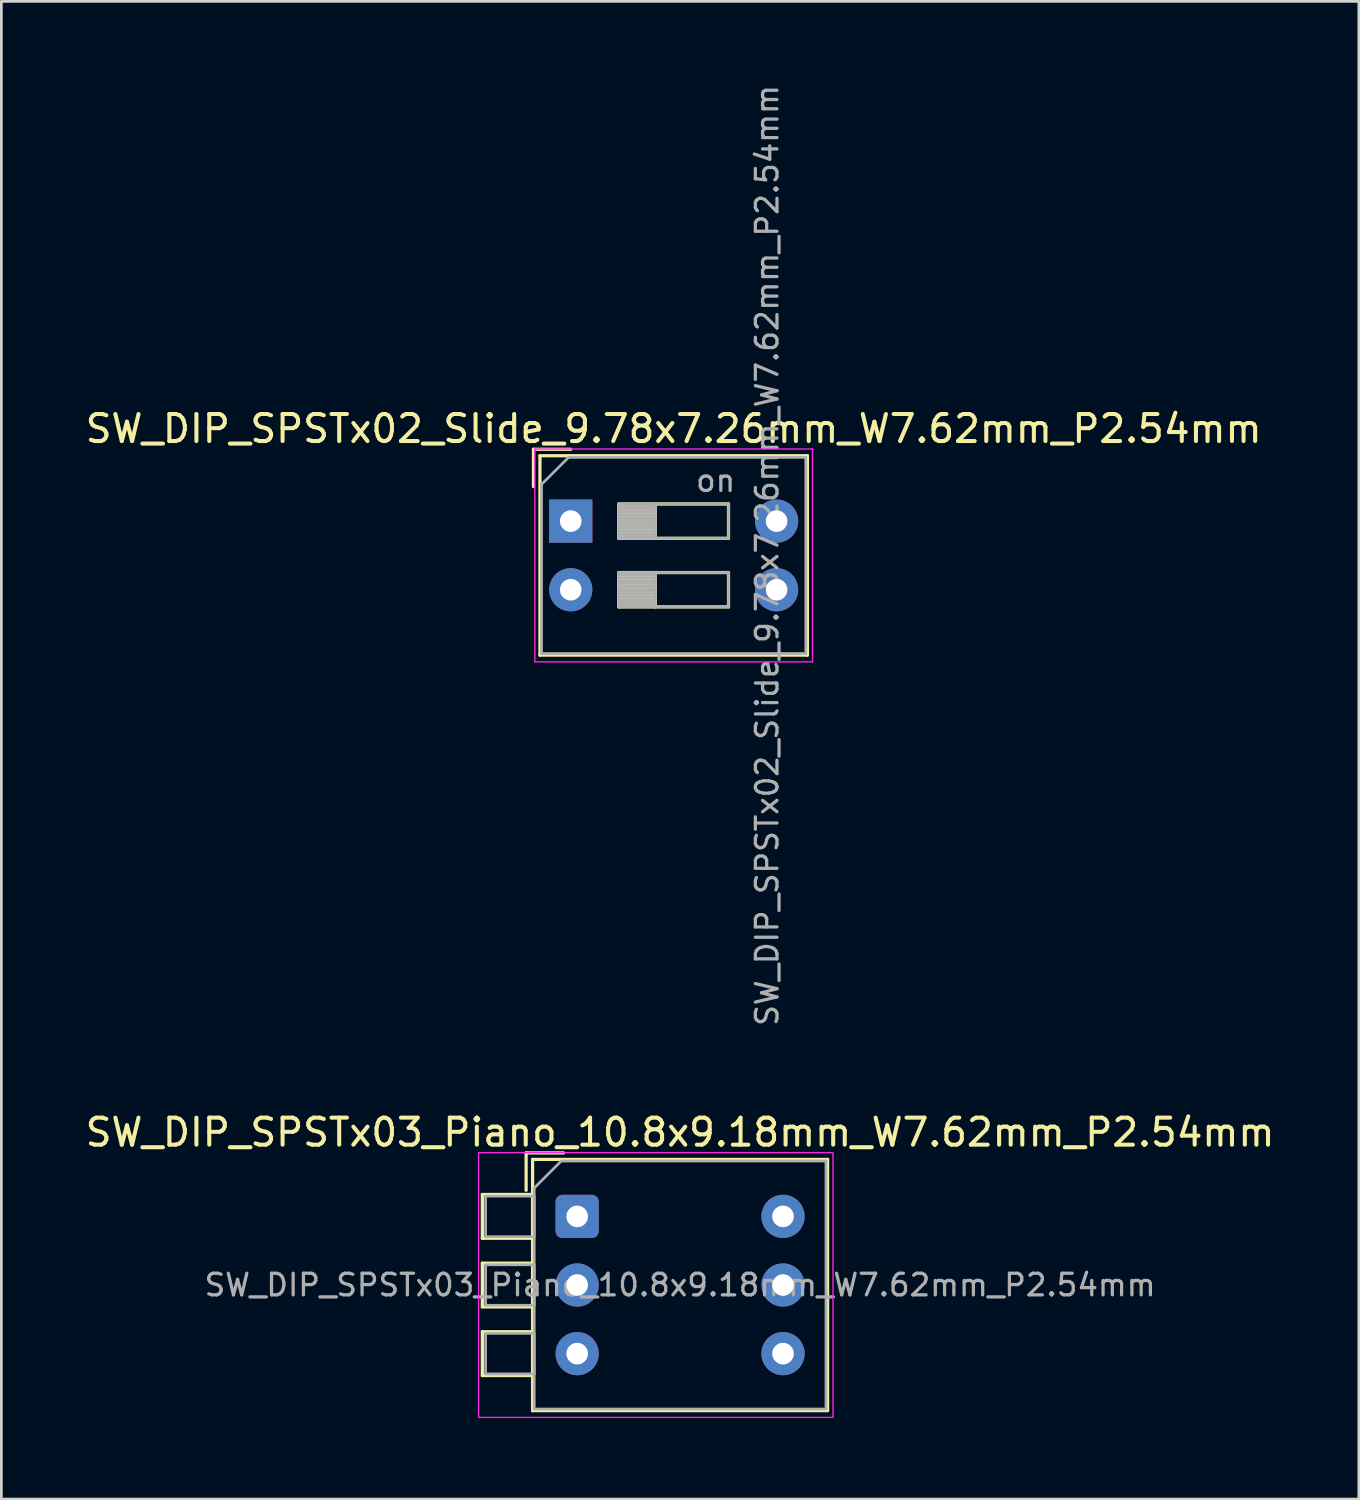
<source format=kicad_pcb>
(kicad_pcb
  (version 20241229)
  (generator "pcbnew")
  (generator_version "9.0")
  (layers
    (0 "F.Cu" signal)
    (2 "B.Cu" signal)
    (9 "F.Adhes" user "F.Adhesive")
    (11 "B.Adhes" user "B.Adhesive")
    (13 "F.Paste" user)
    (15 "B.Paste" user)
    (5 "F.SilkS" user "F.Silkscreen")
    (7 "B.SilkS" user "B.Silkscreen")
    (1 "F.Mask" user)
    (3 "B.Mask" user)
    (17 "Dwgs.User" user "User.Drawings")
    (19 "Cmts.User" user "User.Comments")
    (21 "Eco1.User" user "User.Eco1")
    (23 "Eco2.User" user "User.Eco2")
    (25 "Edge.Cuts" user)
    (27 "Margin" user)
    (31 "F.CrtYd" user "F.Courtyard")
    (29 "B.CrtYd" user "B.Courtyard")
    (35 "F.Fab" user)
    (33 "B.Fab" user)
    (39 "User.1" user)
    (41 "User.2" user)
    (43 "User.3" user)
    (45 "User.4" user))
  (footprint "SW_DIP_SPSTx02_Slide_9.78x7.26mm_W7.62mm_P2.54mm"
    (layer "F.Cu")
    (at 18.077 16.24)
    (property "Reference" "SW_DIP_SPSTx02_Slide_9.78x7.26mm_W7.62mm_P2.54mm" (at 3.81 -3.42 0) (layer "F.SilkS") (effects (font (size 1 1) (thickness 0.15))))
    (attr through_hole)
    (fp_line (start -1.38 -2.66) (end -1.38 -1.277) (stroke (width 0.12) (type solid)) (layer "F.SilkS"))
    (fp_line (start -1.38 -2.66) (end 0.003 -2.66) (stroke (width 0.12) (type solid)) (layer "F.SilkS"))
    (fp_line (start -1.14 -2.42) (end -1.14 4.96) (stroke (width 0.12) (type solid)) (layer "F.SilkS"))
    (fp_line (start -1.14 -2.42) (end 8.76 -2.42) (stroke (width 0.12) (type solid)) (layer "F.SilkS"))
    (fp_line (start -1.14 4.96) (end 8.76 4.96) (stroke (width 0.12) (type solid)) (layer "F.SilkS"))
    (fp_line (start 1.78 -0.635) (end 1.78 0.635) (stroke (width 0.12) (type solid)) (layer "F.SilkS"))
    (fp_line (start 1.78 -0.515) (end 3.133 -0.515) (stroke (width 0.12) (type solid)) (layer "F.SilkS"))
    (fp_line (start 1.78 -0.395) (end 3.133 -0.395) (stroke (width 0.12) (type solid)) (layer "F.SilkS"))
    (fp_line (start 1.78 -0.275) (end 3.133 -0.275) (stroke (width 0.12) (type solid)) (layer "F.SilkS"))
    (fp_line (start 1.78 -0.155) (end 3.133 -0.155) (stroke (width 0.12) (type solid)) (layer "F.SilkS"))
    (fp_line (start 1.78 -0.035) (end 3.133 -0.035) (stroke (width 0.12) (type solid)) (layer "F.SilkS"))
    (fp_line (start 1.78 0.085) (end 3.133 0.085) (stroke (width 0.12) (type solid)) (layer "F.SilkS"))
    (fp_line (start 1.78 0.205) (end 3.133 0.205) (stroke (width 0.12) (type solid)) (layer "F.SilkS"))
    (fp_line (start 1.78 0.325) (end 3.133 0.325) (stroke (width 0.12) (type solid)) (layer "F.SilkS"))
    (fp_line (start 1.78 0.445) (end 3.133 0.445) (stroke (width 0.12) (type solid)) (layer "F.SilkS"))
    (fp_line (start 1.78 0.565) (end 3.133 0.565) (stroke (width 0.12) (type solid)) (layer "F.SilkS"))
    (fp_line (start 1.78 0.635) (end 5.84 0.635) (stroke (width 0.12) (type solid)) (layer "F.SilkS"))
    (fp_line (start 1.78 1.905) (end 1.78 3.175) (stroke (width 0.12) (type solid)) (layer "F.SilkS"))
    (fp_line (start 1.78 2.025) (end 3.133 2.025) (stroke (width 0.12) (type solid)) (layer "F.SilkS"))
    (fp_line (start 1.78 2.145) (end 3.133 2.145) (stroke (width 0.12) (type solid)) (layer "F.SilkS"))
    (fp_line (start 1.78 2.265) (end 3.133 2.265) (stroke (width 0.12) (type solid)) (layer "F.SilkS"))
    (fp_line (start 1.78 2.385) (end 3.133 2.385) (stroke (width 0.12) (type solid)) (layer "F.SilkS"))
    (fp_line (start 1.78 2.505) (end 3.133 2.505) (stroke (width 0.12) (type solid)) (layer "F.SilkS"))
    (fp_line (start 1.78 2.625) (end 3.133 2.625) (stroke (width 0.12) (type solid)) (layer "F.SilkS"))
    (fp_line (start 1.78 2.745) (end 3.133 2.745) (stroke (width 0.12) (type solid)) (layer "F.SilkS"))
    (fp_line (start 1.78 2.865) (end 3.133 2.865) (stroke (width 0.12) (type solid)) (layer "F.SilkS"))
    (fp_line (start 1.78 2.985) (end 3.133 2.985) (stroke (width 0.12) (type solid)) (layer "F.SilkS"))
    (fp_line (start 1.78 3.105) (end 3.133 3.105) (stroke (width 0.12) (type solid)) (layer "F.SilkS"))
    (fp_line (start 1.78 3.175) (end 5.84 3.175) (stroke (width 0.12) (type solid)) (layer "F.SilkS"))
    (fp_line (start 3.133 -0.635) (end 3.133 0.635) (stroke (width 0.12) (type solid)) (layer "F.SilkS"))
    (fp_line (start 3.133 1.905) (end 3.133 3.175) (stroke (width 0.12) (type solid)) (layer "F.SilkS"))
    (fp_line (start 5.84 -0.635) (end 1.78 -0.635) (stroke (width 0.12) (type solid)) (layer "F.SilkS"))
    (fp_line (start 5.84 0.635) (end 5.84 -0.635) (stroke (width 0.12) (type solid)) (layer "F.SilkS"))
    (fp_line (start 5.84 1.905) (end 1.78 1.905) (stroke (width 0.12) (type solid)) (layer "F.SilkS"))
    (fp_line (start 5.84 3.175) (end 5.84 1.905) (stroke (width 0.12) (type solid)) (layer "F.SilkS"))
    (fp_line (start 8.76 -2.42) (end 8.76 4.96) (stroke (width 0.12) (type solid)) (layer "F.SilkS"))
    (fp_line (start -1.33 -2.67) (end -1.33 5.21) (stroke (width 0.05) (type solid)) (layer "F.CrtYd"))
    (fp_line (start -1.33 5.21) (end 8.95 5.21) (stroke (width 0.05) (type solid)) (layer "F.CrtYd"))
    (fp_line (start 8.95 -2.67) (end -1.33 -2.67) (stroke (width 0.05) (type solid)) (layer "F.CrtYd"))
    (fp_line (start 8.95 5.21) (end 8.95 -2.67) (stroke (width 0.05) (type solid)) (layer "F.CrtYd"))
    (fp_line (start -1.08 -1.36) (end -0.08 -2.36) (stroke (width 0.1) (type solid)) (layer "F.Fab"))
    (fp_line (start -1.08 4.9) (end -1.08 -1.36) (stroke (width 0.1) (type solid)) (layer "F.Fab"))
    (fp_line (start -0.08 -2.36) (end 8.7 -2.36) (stroke (width 0.1) (type solid)) (layer "F.Fab"))
    (fp_line (start 1.78 -0.635) (end 1.78 0.635) (stroke (width 0.1) (type solid)) (layer "F.Fab"))
    (fp_line (start 1.78 -0.535) (end 3.133 -0.535) (stroke (width 0.1) (type solid)) (layer "F.Fab"))
    (fp_line (start 1.78 -0.435) (end 3.133 -0.435) (stroke (width 0.1) (type solid)) (layer "F.Fab"))
    (fp_line (start 1.78 -0.335) (end 3.133 -0.335) (stroke (width 0.1) (type solid)) (layer "F.Fab"))
    (fp_line (start 1.78 -0.235) (end 3.133 -0.235) (stroke (width 0.1) (type solid)) (layer "F.Fab"))
    (fp_line (start 1.78 -0.135) (end 3.133 -0.135) (stroke (width 0.1) (type solid)) (layer "F.Fab"))
    (fp_line (start 1.78 -0.035) (end 3.133 -0.035) (stroke (width 0.1) (type solid)) (layer "F.Fab"))
    (fp_line (start 1.78 0.065) (end 3.133 0.065) (stroke (width 0.1) (type solid)) (layer "F.Fab"))
    (fp_line (start 1.78 0.165) (end 3.133 0.165) (stroke (width 0.1) (type solid)) (layer "F.Fab"))
    (fp_line (start 1.78 0.265) (end 3.133 0.265) (stroke (width 0.1) (type solid)) (layer "F.Fab"))
    (fp_line (start 1.78 0.365) (end 3.133 0.365) (stroke (width 0.1) (type solid)) (layer "F.Fab"))
    (fp_line (start 1.78 0.465) (end 3.133 0.465) (stroke (width 0.1) (type solid)) (layer "F.Fab"))
    (fp_line (start 1.78 0.565) (end 3.133 0.565) (stroke (width 0.1) (type solid)) (layer "F.Fab"))
    (fp_line (start 1.78 0.635) (end 5.84 0.635) (stroke (width 0.1) (type solid)) (layer "F.Fab"))
    (fp_line (start 1.78 1.905) (end 1.78 3.175) (stroke (width 0.1) (type solid)) (layer "F.Fab"))
    (fp_line (start 1.78 2.005) (end 3.133 2.005) (stroke (width 0.1) (type solid)) (layer "F.Fab"))
    (fp_line (start 1.78 2.105) (end 3.133 2.105) (stroke (width 0.1) (type solid)) (layer "F.Fab"))
    (fp_line (start 1.78 2.205) (end 3.133 2.205) (stroke (width 0.1) (type solid)) (layer "F.Fab"))
    (fp_line (start 1.78 2.305) (end 3.133 2.305) (stroke (width 0.1) (type solid)) (layer "F.Fab"))
    (fp_line (start 1.78 2.405) (end 3.133 2.405) (stroke (width 0.1) (type solid)) (layer "F.Fab"))
    (fp_line (start 1.78 2.505) (end 3.133 2.505) (stroke (width 0.1) (type solid)) (layer "F.Fab"))
    (fp_line (start 1.78 2.605) (end 3.133 2.605) (stroke (width 0.1) (type solid)) (layer "F.Fab"))
    (fp_line (start 1.78 2.705) (end 3.133 2.705) (stroke (width 0.1) (type solid)) (layer "F.Fab"))
    (fp_line (start 1.78 2.805) (end 3.133 2.805) (stroke (width 0.1) (type solid)) (layer "F.Fab"))
    (fp_line (start 1.78 2.905) (end 3.133 2.905) (stroke (width 0.1) (type solid)) (layer "F.Fab"))
    (fp_line (start 1.78 3.005) (end 3.133 3.005) (stroke (width 0.1) (type solid)) (layer "F.Fab"))
    (fp_line (start 1.78 3.105) (end 3.133 3.105) (stroke (width 0.1) (type solid)) (layer "F.Fab"))
    (fp_line (start 1.78 3.175) (end 5.84 3.175) (stroke (width 0.1) (type solid)) (layer "F.Fab"))
    (fp_line (start 3.133 -0.635) (end 3.133 0.635) (stroke (width 0.1) (type solid)) (layer "F.Fab"))
    (fp_line (start 3.133 1.905) (end 3.133 3.175) (stroke (width 0.1) (type solid)) (layer "F.Fab"))
    (fp_line (start 5.84 -0.635) (end 1.78 -0.635) (stroke (width 0.1) (type solid)) (layer "F.Fab"))
    (fp_line (start 5.84 0.635) (end 5.84 -0.635) (stroke (width 0.1) (type solid)) (layer "F.Fab"))
    (fp_line (start 5.84 1.905) (end 1.78 1.905) (stroke (width 0.1) (type solid)) (layer "F.Fab"))
    (fp_line (start 5.84 3.175) (end 5.84 1.905) (stroke (width 0.1) (type solid)) (layer "F.Fab"))
    (fp_line (start 8.7 -2.36) (end 8.7 4.9) (stroke (width 0.1) (type solid)) (layer "F.Fab"))
    (fp_line (start 8.7 4.9) (end -1.08 4.9) (stroke (width 0.1) (type solid)) (layer "F.Fab"))
    (fp_text user "${REFERENCE}" (at 7.27 1.27 90) (layer "F.Fab") (effects (font (size 0.8 0.8) (thickness 0.12))))
    (fp_text user "on" (at 5.365 -1.498 0) (layer "F.Fab") (effects (font (size 0.8 0.8) (thickness 0.12))))
    (pad "1" thru_hole rect (at 0 0) (size 1.6 1.6) (drill 0.8) (layers "*.Cu" "*.Mask"))
    (pad "2" thru_hole circle (at 0 2.54) (size 1.6 1.6) (drill 0.8) (layers "*.Cu" "*.Mask"))
    (pad "3" thru_hole circle (at 7.62 2.54) (size 1.6 1.6) (drill 0.8) (layers "*.Cu" "*.Mask"))
    (pad "4" thru_hole circle (at 7.62 0) (size 1.6 1.6) (drill 0.8) (layers "*.Cu" "*.Mask")))
  (footprint "SW_DIP_SPSTx03_Piano_10.8x9.18mm_W7.62mm_P2.54mm"
    (layer "F.Cu")
    (at 18.315 41.977)
    (property "Reference" "SW_DIP_SPSTx03_Piano_10.8x9.18mm_W7.62mm_P2.54mm" (at 3.81 -3.11 0) (layer "F.SilkS") (effects (font (size 1 1) (thickness 0.15))))
    (attr through_hole)
    (fp_line (start -3.51 -0.81) (end -3.51 0.81) (stroke (width 0.12) (type solid)) (layer "F.SilkS"))
    (fp_line (start -3.51 -0.81) (end -1.65 -0.81) (stroke (width 0.12) (type solid)) (layer "F.SilkS"))
    (fp_line (start -3.51 0.81) (end -1.65 0.81) (stroke (width 0.12) (type solid)) (layer "F.SilkS"))
    (fp_line (start -3.51 1.73) (end -3.51 3.35) (stroke (width 0.12) (type solid)) (layer "F.SilkS"))
    (fp_line (start -3.51 1.73) (end -1.65 1.73) (stroke (width 0.12) (type solid)) (layer "F.SilkS"))
    (fp_line (start -3.51 3.35) (end -1.65 3.35) (stroke (width 0.12) (type solid)) (layer "F.SilkS"))
    (fp_line (start -3.51 4.27) (end -3.51 5.89) (stroke (width 0.12) (type solid)) (layer "F.SilkS"))
    (fp_line (start -3.51 4.27) (end -1.65 4.27) (stroke (width 0.12) (type solid)) (layer "F.SilkS"))
    (fp_line (start -3.51 5.89) (end -1.65 5.89) (stroke (width 0.12) (type solid)) (layer "F.SilkS"))
    (fp_line (start -1.89 -2.35) (end -1.89 -0.967) (stroke (width 0.12) (type solid)) (layer "F.SilkS"))
    (fp_line (start -1.89 -2.35) (end -0.507 -2.35) (stroke (width 0.12) (type solid)) (layer "F.SilkS"))
    (fp_line (start -1.65 -2.11) (end -1.65 7.19) (stroke (width 0.12) (type solid)) (layer "F.SilkS"))
    (fp_line (start -1.65 -2.11) (end 9.27 -2.11) (stroke (width 0.12) (type solid)) (layer "F.SilkS"))
    (fp_line (start -1.65 -0.81) (end -1.65 0.81) (stroke (width 0.12) (type solid)) (layer "F.SilkS"))
    (fp_line (start -1.65 1.73) (end -1.65 3.35) (stroke (width 0.12) (type solid)) (layer "F.SilkS"))
    (fp_line (start -1.65 4.27) (end -1.65 5.89) (stroke (width 0.12) (type solid)) (layer "F.SilkS"))
    (fp_line (start -1.65 7.19) (end 9.27 7.19) (stroke (width 0.12) (type solid)) (layer "F.SilkS"))
    (fp_line (start 9.27 -2.11) (end 9.27 7.19) (stroke (width 0.12) (type solid)) (layer "F.SilkS"))
    (fp_rect (start -3.65 -2.36) (end 9.47 7.44) (stroke (width 0.05) (type solid)) (fill no) (layer "F.CrtYd"))
    (fp_line (start -1.59 -1.05) (end -0.59 -2.05) (stroke (width 0.1) (type solid)) (layer "F.Fab"))
    (fp_line (start -1.59 7.13) (end -1.59 -1.05) (stroke (width 0.1) (type solid)) (layer "F.Fab"))
    (fp_line (start -0.59 -2.05) (end 9.21 -2.05) (stroke (width 0.1) (type solid)) (layer "F.Fab"))
    (fp_line (start 9.21 -2.05) (end 9.21 7.13) (stroke (width 0.1) (type solid)) (layer "F.Fab"))
    (fp_line (start 9.21 7.13) (end -1.59 7.13) (stroke (width 0.1) (type solid)) (layer "F.Fab"))
    (fp_rect (start -1.59 -0.75) (end -3.39 0.75) (stroke (width 0.1) (type solid)) (fill no) (layer "F.Fab"))
    (fp_rect (start -1.59 1.79) (end -3.39 3.29) (stroke (width 0.1) (type solid)) (fill no) (layer "F.Fab"))
    (fp_rect (start -1.59 4.33) (end -3.39 5.83) (stroke (width 0.1) (type solid)) (fill no) (layer "F.Fab"))
    (fp_text user "${REFERENCE}" (at 3.81 2.54 0) (layer "F.Fab") (effects (font (size 0.8 0.8) (thickness 0.12))))
    (pad "1" thru_hole roundrect (at 0 0) (size 1.6 1.6) (drill 0.8) (layers "*.Cu" "*.Mask") (roundrect_rratio 0.156))
    (pad "2" thru_hole circle (at 0 2.54) (size 1.6 1.6) (drill 0.8) (layers "*.Cu" "*.Mask"))
    (pad "3" thru_hole circle (at 0 5.08) (size 1.6 1.6) (drill 0.8) (layers "*.Cu" "*.Mask"))
    (pad "4" thru_hole circle (at 7.62 5.08) (size 1.6 1.6) (drill 0.8) (layers "*.Cu" "*.Mask"))
    (pad "5" thru_hole circle (at 7.62 2.54) (size 1.6 1.6) (drill 0.8) (layers "*.Cu" "*.Mask"))
    (pad "6" thru_hole circle (at 7.62 0) (size 1.6 1.6) (drill 0.8) (layers "*.Cu" "*.Mask")))
  (gr_rect
    (start -3 -3)
    (end 47.25 52.442)
    (stroke (width 0.1) (type default))
    (fill no)
    (layer "Edge.Cuts")))
</source>
